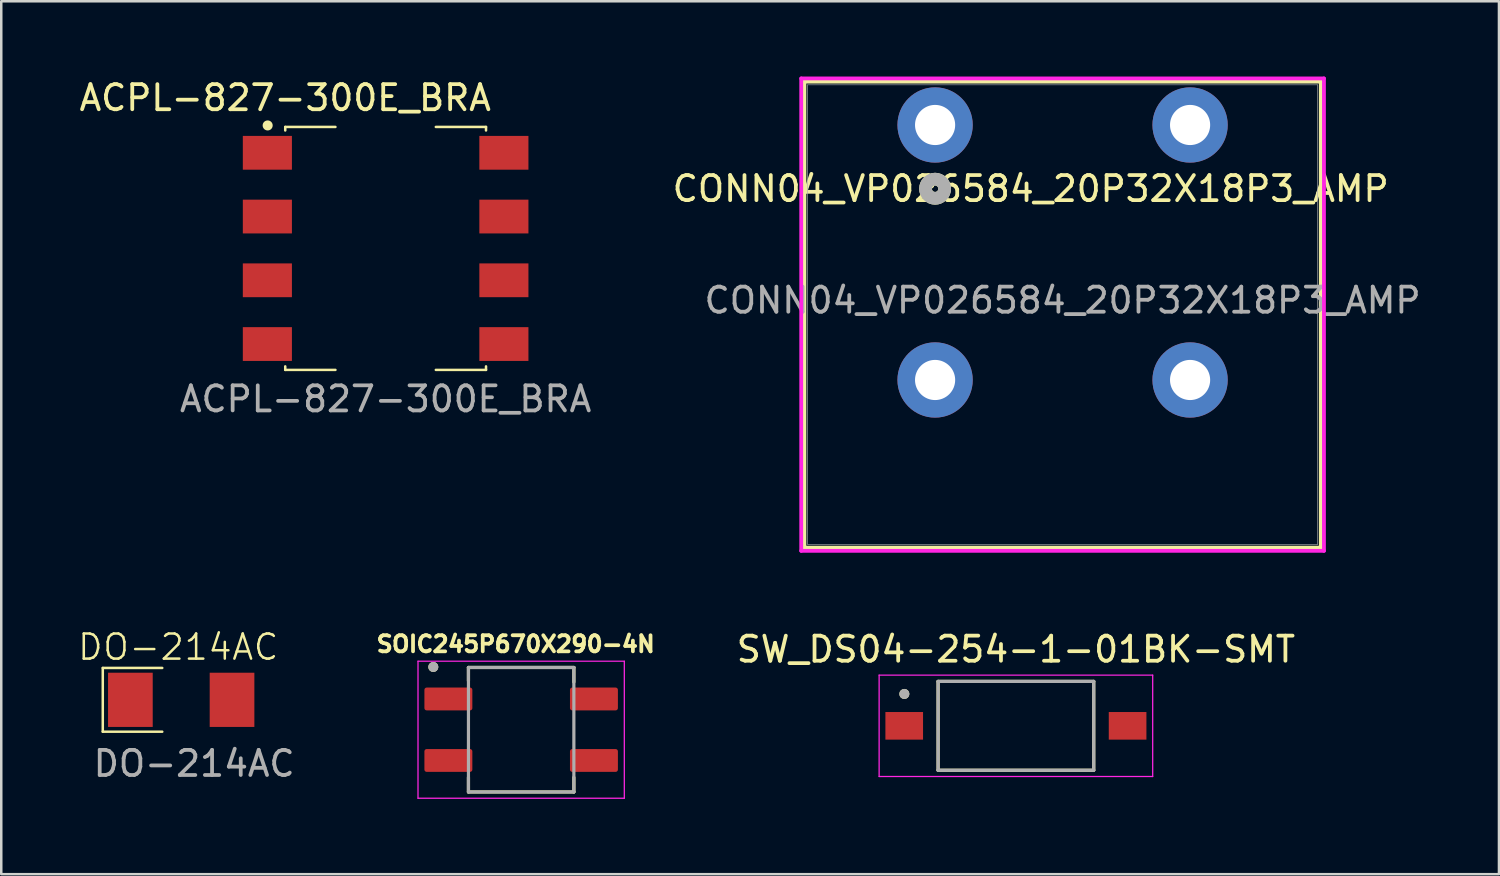
<source format=kicad_pcb>
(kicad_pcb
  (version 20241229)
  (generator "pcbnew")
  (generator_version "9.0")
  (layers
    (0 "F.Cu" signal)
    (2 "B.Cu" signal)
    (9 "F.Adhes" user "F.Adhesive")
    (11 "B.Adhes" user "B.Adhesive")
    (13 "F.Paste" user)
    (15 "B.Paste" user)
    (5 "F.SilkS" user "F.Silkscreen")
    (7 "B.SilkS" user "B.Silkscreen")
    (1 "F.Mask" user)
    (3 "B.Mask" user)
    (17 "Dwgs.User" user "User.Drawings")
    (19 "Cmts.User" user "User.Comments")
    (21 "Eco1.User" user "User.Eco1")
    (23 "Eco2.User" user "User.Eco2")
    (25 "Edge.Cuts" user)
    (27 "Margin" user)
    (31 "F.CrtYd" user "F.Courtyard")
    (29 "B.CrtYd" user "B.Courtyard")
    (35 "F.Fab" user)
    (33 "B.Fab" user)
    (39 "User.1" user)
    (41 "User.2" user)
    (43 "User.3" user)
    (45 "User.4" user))
  (footprint "DO-214AC"
    (layer "F.Cu")
    (at 2.145 24.834)
    (property "Reference" "DO-214AC" (at 1.905 -2.1 0) (unlocked yes) (layer "F.SilkS") (effects (font (size 1 1) (thickness 0.1))))
    (attr smd)
    (fp_line (start -1.1 -1.27) (end 1.27 -1.27) (stroke (width 0.1) (type default)) (layer "F.SilkS"))
    (fp_line (start -1.1 1.27) (end -1.1 -1.27) (stroke (width 0.1) (type default)) (layer "F.SilkS"))
    (fp_line (start 1.27 1.27) (end -1.1 1.27) (stroke (width 0.1) (type default)) (layer "F.SilkS"))
    (fp_text user "${REFERENCE}" (at 2.54 2.54 0) (unlocked yes) (layer "F.Fab") (effects (font (size 1 1) (thickness 0.15))))
    (pad "1" smd rect (at 0 0) (size 1.78 2.16) (layers "F.Cu" "F.Mask" "F.Paste"))
    (pad "2" smd rect (at 4.05 0) (size 1.78 2.16) (layers "F.Cu" "F.Mask" "F.Paste")))
  (footprint "SW_DS04-254-1-01BK-SMT"
    (layer "F.Cu")
    (at 37.428 25.87)
    (property "Reference" "SW_DS04-254-1-01BK-SMT" (at 0 -3.048 0) (layer "F.SilkS") (effects (font (size 1 1) (thickness 0.15))))
    (attr smd)
    (fp_line (start -3.1 -1.77) (end 3.1 -1.77) (stroke (width 0.127) (type solid)) (layer "F.SilkS"))
    (fp_line (start -3.1 1.77) (end -3.1 -1.77) (stroke (width 0.127) (type solid)) (layer "F.SilkS"))
    (fp_line (start 3.1 -1.77) (end 3.1 1.77) (stroke (width 0.127) (type solid)) (layer "F.SilkS"))
    (fp_line (start 3.1 1.77) (end -3.1 1.77) (stroke (width 0.127) (type solid)) (layer "F.SilkS"))
    (fp_circle (center -4.445 -1.27) (end -4.345 -1.27) (stroke (width 0.2) (type solid)) (fill no) (layer "F.SilkS"))
    (fp_line (start -5.45 -2.02) (end -5.45 2.02) (stroke (width 0.05) (type solid)) (layer "F.CrtYd"))
    (fp_line (start -5.45 2.02) (end 5.45 2.02) (stroke (width 0.05) (type solid)) (layer "F.CrtYd"))
    (fp_line (start 5.45 -2.02) (end -5.45 -2.02) (stroke (width 0.05) (type solid)) (layer "F.CrtYd"))
    (fp_line (start 5.45 2.02) (end 5.45 -2.02) (stroke (width 0.05) (type solid)) (layer "F.CrtYd"))
    (fp_line (start -3.1 -1.77) (end 3.1 -1.77) (stroke (width 0.127) (type solid)) (layer "F.Fab"))
    (fp_line (start -3.1 1.77) (end -3.1 -1.77) (stroke (width 0.127) (type solid)) (layer "F.Fab"))
    (fp_line (start 3.1 -1.77) (end 3.1 1.77) (stroke (width 0.127) (type solid)) (layer "F.Fab"))
    (fp_line (start 3.1 1.77) (end -3.1 1.77) (stroke (width 0.127) (type solid)) (layer "F.Fab"))
    (fp_circle (center -4.445 -1.27) (end -4.345 -1.27) (stroke (width 0.2) (type solid)) (fill no) (layer "F.Fab"))
    (pad "1" smd rect (at -4.45 0) (size 1.5 1.1) (layers "F.Cu" "F.Mask" "F.Paste"))
    (pad "2" smd rect (at 4.45 0 180) (size 1.5 1.1) (layers "F.Cu" "F.Mask" "F.Paste")))
  (footprint "ACPL-827-300E_BRA"
    (layer "F.Cu")
    (at 12.315 6.848)
    (property "Reference" "ACPL-827-300E_BRA" (at -4 -6 0) (unlocked yes) (layer "F.SilkS") (effects (font (size 1 1) (thickness 0.15))))
    (attr smd)
    (fp_line (start -4 -4.84) (end -4 -4.7) (stroke (width 0.1) (type solid)) (layer "F.SilkS"))
    (fp_line (start -4 -4.84) (end -2 -4.84) (stroke (width 0.1) (type solid)) (layer "F.SilkS"))
    (fp_line (start -4 4.84) (end -4 4.7) (stroke (width 0.1) (type solid)) (layer "F.SilkS"))
    (fp_line (start -4 4.84) (end -2 4.84) (stroke (width 0.1) (type solid)) (layer "F.SilkS"))
    (fp_line (start 2 4.84) (end 4 4.84) (stroke (width 0.1) (type solid)) (layer "F.SilkS"))
    (fp_line (start 4 -4.84) (end 2 -4.84) (stroke (width 0.1) (type solid)) (layer "F.SilkS"))
    (fp_line (start 4 -4.84) (end 4 -4.7) (stroke (width 0.1) (type solid)) (layer "F.SilkS"))
    (fp_line (start 4 4.84) (end 4 4.7) (stroke (width 0.1) (type solid)) (layer "F.SilkS"))
    (fp_circle (center -4.7 -4.9) (end -4.55 -4.9) (stroke (width 0.1) (type solid)) (fill yes) (layer "F.SilkS"))
    (fp_text user "${REFERENCE}" (at 0 6 0) (unlocked yes) (layer "F.Fab") (effects (font (size 1 1) (thickness 0.15))))
    (pad "1" smd rect (at -4.712 -3.81) (size 1.956 1.346) (layers "F.Cu" "F.Mask" "F.Paste"))
    (pad "2" smd rect (at -4.712 -1.27) (size 1.956 1.346) (layers "F.Cu" "F.Mask" "F.Paste"))
    (pad "3" smd rect (at -4.712 1.27) (size 1.956 1.346) (layers "F.Cu" "F.Mask" "F.Paste"))
    (pad "4" smd rect (at -4.712 3.81) (size 1.956 1.346) (layers "F.Cu" "F.Mask" "F.Paste"))
    (pad "5" smd rect (at 4.712 3.81) (size 1.956 1.346) (layers "F.Cu" "F.Mask" "F.Paste"))
    (pad "6" smd rect (at 4.712 1.27) (size 1.956 1.346) (layers "F.Cu" "F.Mask" "F.Paste"))
    (pad "7" smd rect (at 4.712 -1.27) (size 1.956 1.346) (layers "F.Cu" "F.Mask" "F.Paste"))
    (pad "8" smd rect (at 4.712 -3.81) (size 1.956 1.346) (layers "F.Cu" "F.Mask" "F.Paste")))
  (footprint "CONN04_VP026584_20P32X18P3_AMP"
    (layer "F.Cu")
    (at 34.208 1.93)
    (property "Reference" "CONN04_VP026584_20P32X18P3_AMP" (at 3.81 2.54 0) (unlocked yes) (layer "F.SilkS") (effects (font (size 1 1) (thickness 0.15))))
    (attr through_hole)
    (fp_line (start -5.207 -1.727) (end -5.207 16.84) (stroke (width 0.152) (type solid)) (layer "F.SilkS"))
    (fp_line (start -5.207 16.84) (end 15.367 16.84) (stroke (width 0.152) (type solid)) (layer "F.SilkS"))
    (fp_line (start 15.367 -1.727) (end -5.207 -1.727) (stroke (width 0.152) (type solid)) (layer "F.SilkS"))
    (fp_line (start 15.367 16.84) (end 15.367 -1.727) (stroke (width 0.152) (type solid)) (layer "F.SilkS"))
    (fp_circle (center 0 2.54) (end 0.381 2.54) (stroke (width 0.508) (type solid)) (fill no) (layer "F.SilkS"))
    (fp_line (start -5.334 -1.854) (end -5.334 16.967) (stroke (width 0.152) (type solid)) (layer "F.CrtYd"))
    (fp_line (start -5.334 16.967) (end 15.494 16.967) (stroke (width 0.152) (type solid)) (layer "F.CrtYd"))
    (fp_line (start 15.494 -1.854) (end -5.334 -1.854) (stroke (width 0.152) (type solid)) (layer "F.CrtYd"))
    (fp_line (start 15.494 16.967) (end 15.494 -1.854) (stroke (width 0.152) (type solid)) (layer "F.CrtYd"))
    (fp_line (start -5.08 -1.6) (end -5.08 16.713) (stroke (width 0.025) (type solid)) (layer "F.Fab"))
    (fp_line (start -5.08 16.713) (end 15.24 16.713) (stroke (width 0.025) (type solid)) (layer "F.Fab"))
    (fp_line (start 15.24 -1.6) (end -5.08 -1.6) (stroke (width 0.025) (type solid)) (layer "F.Fab"))
    (fp_line (start 15.24 16.713) (end 15.24 -1.6) (stroke (width 0.025) (type solid)) (layer "F.Fab"))
    (fp_circle (center 0 2.54) (end 0.381 2.54) (stroke (width 0.508) (type solid)) (fill no) (layer "F.Fab"))
    (fp_text user "${REFERENCE}" (at 5.08 6.985 0) (unlocked yes) (layer "F.Fab") (effects (font (size 1 1) (thickness 0.15))))
    (pad "1" thru_hole circle (at 0 0) (size 3 3) (drill 1.6) (layers "*.Cu" "*.Mask"))
    (pad "1" thru_hole circle (at 0 10.16) (size 3 3) (drill 1.6) (layers "*.Cu" "*.Mask"))
    (pad "2" thru_hole circle (at 10.16 0) (size 3 3) (drill 1.6) (layers "*.Cu" "*.Mask"))
    (pad "2" thru_hole circle (at 10.16 10.16) (size 3 3) (drill 1.6) (layers "*.Cu" "*.Mask")))
  (footprint "SOIC245P670X290-4N"
    (layer "F.Cu")
    (at 17.715 26.025)
    (property "Reference" "SOIC245P670X290-4N" (at -0.218 -3.412 0) (layer "F.SilkS") (effects (font (size 0.641 0.641) (thickness 0.15))))
    (attr smd)
    (fp_line (start -2.1 -2.48) (end 2.1 -2.48) (stroke (width 0.127) (type solid)) (layer "F.SilkS"))
    (fp_line (start -2.1 -1.95) (end -2.1 -2.48) (stroke (width 0.127) (type solid)) (layer "F.SilkS"))
    (fp_line (start -2.1 1.9) (end -2.1 2.48) (stroke (width 0.127) (type solid)) (layer "F.SilkS"))
    (fp_line (start -2.1 2.48) (end 2.1 2.48) (stroke (width 0.127) (type solid)) (layer "F.SilkS"))
    (fp_line (start 2.1 -2.48) (end 2.1 -1.9) (stroke (width 0.127) (type solid)) (layer "F.SilkS"))
    (fp_line (start 2.1 2.48) (end 2.1 1.9) (stroke (width 0.127) (type solid)) (layer "F.SilkS"))
    (fp_circle (center -3.5 -2.5) (end -3.4 -2.5) (stroke (width 0.2) (type solid)) (fill no) (layer "F.SilkS"))
    (fp_line (start -4.11 -2.73) (end -4.11 2.73) (stroke (width 0.05) (type solid)) (layer "F.CrtYd"))
    (fp_line (start -4.11 2.73) (end 4.11 2.73) (stroke (width 0.05) (type solid)) (layer "F.CrtYd"))
    (fp_line (start 4.11 -2.73) (end -4.11 -2.73) (stroke (width 0.05) (type solid)) (layer "F.CrtYd"))
    (fp_line (start 4.11 2.73) (end 4.11 -2.73) (stroke (width 0.05) (type solid)) (layer "F.CrtYd"))
    (fp_line (start -2.1 -2.48) (end 2.1 -2.48) (stroke (width 0.127) (type solid)) (layer "F.Fab"))
    (fp_line (start -2.1 2.48) (end -2.1 -2.48) (stroke (width 0.127) (type solid)) (layer "F.Fab"))
    (fp_line (start 2.1 -2.48) (end 2.1 2.48) (stroke (width 0.127) (type solid)) (layer "F.Fab"))
    (fp_line (start 2.1 2.48) (end -2.1 2.48) (stroke (width 0.127) (type solid)) (layer "F.Fab"))
    (fp_circle (center -3.5 -2.5) (end -3.4 -2.5) (stroke (width 0.2) (type solid)) (fill no) (layer "F.Fab"))
    (pad "1" smd roundrect (at -2.9 -1.225) (size 1.91 0.91) (layers "F.Cu" "F.Mask" "F.Paste") (roundrect_rratio 0.1))
    (pad "2" smd roundrect (at -2.9 1.225) (size 1.91 0.91) (layers "F.Cu" "F.Mask" "F.Paste") (roundrect_rratio 0.1))
    (pad "3" smd roundrect (at 2.9 1.225) (size 1.91 0.91) (layers "F.Cu" "F.Mask" "F.Paste") (roundrect_rratio 0.1))
    (pad "4" smd roundrect (at 2.9 -1.225) (size 1.91 0.91) (layers "F.Cu" "F.Mask" "F.Paste") (roundrect_rratio 0.1)))
  (gr_rect
    (start -3 -3)
    (end 56.675 31.78)
    (stroke (width 0.1) (type default))
    (fill no)
    (layer "Edge.Cuts")))
</source>
